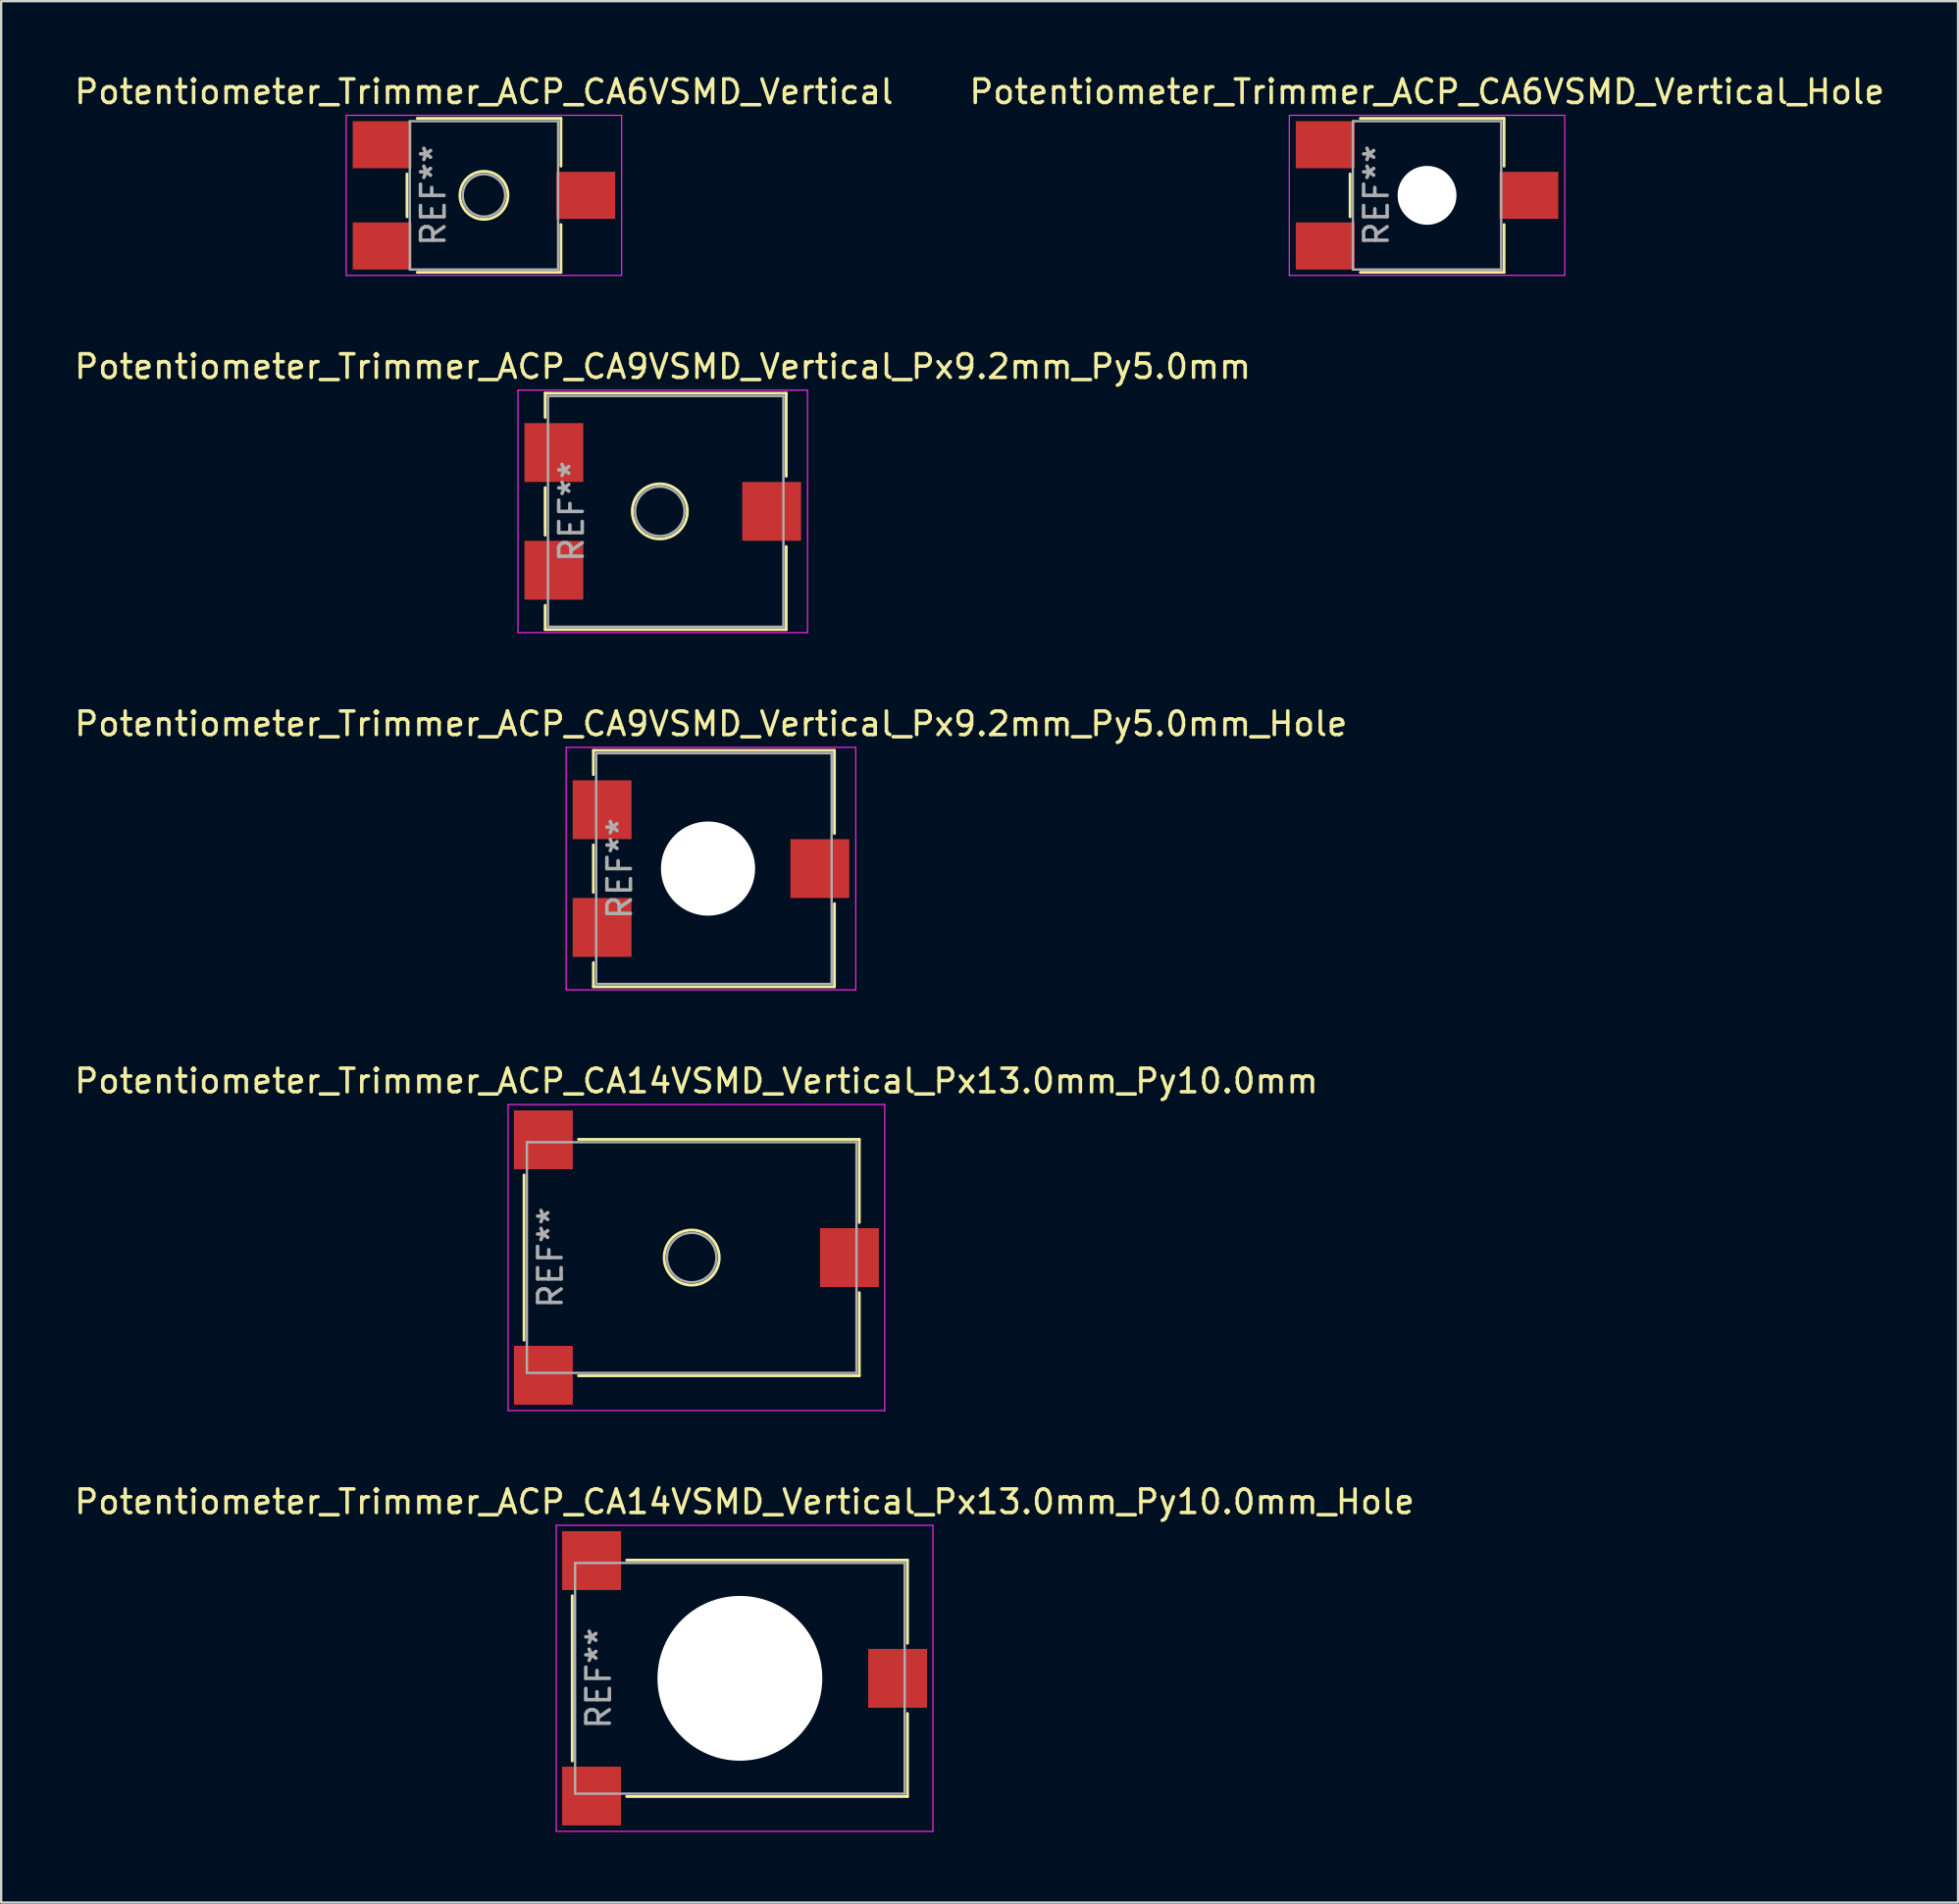
<source format=kicad_pcb>
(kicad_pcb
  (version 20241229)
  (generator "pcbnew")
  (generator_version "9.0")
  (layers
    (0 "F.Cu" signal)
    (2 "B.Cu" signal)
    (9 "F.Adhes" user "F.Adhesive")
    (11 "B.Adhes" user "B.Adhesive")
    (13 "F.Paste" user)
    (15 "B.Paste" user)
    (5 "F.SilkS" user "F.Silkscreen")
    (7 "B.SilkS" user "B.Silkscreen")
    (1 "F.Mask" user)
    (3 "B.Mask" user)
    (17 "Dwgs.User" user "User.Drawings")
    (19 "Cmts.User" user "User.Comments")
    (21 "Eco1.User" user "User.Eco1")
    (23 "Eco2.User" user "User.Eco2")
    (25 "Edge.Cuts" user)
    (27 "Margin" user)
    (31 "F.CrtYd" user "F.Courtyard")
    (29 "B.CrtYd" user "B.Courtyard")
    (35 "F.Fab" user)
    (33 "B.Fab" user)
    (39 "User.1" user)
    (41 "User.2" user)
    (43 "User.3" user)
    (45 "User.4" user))
  (footprint "Potentiometer_Trimmer_ACP_CA14VSMD_Vertical_Px13.0mm_Py10.0mm_Hole"
    (layer "F.Cu")
    (at 28.577 68.241)
    (property "Reference" "Potentiometer_Trimmer_ACP_CA14VSMD_Vertical_Px13.0mm_Py10.0mm_Hole" (at 0 -7.5 0) (layer "F.SilkS") (effects (font (size 1 1) (thickness 0.15))))
    (attr smd)
    (fp_line (start -7.32 -3.509) (end -7.32 3.51) (stroke (width 0.12) (type solid)) (layer "F.SilkS"))
    (fp_line (start -5.009 -5.021) (end 6.92 -5.021) (stroke (width 0.12) (type solid)) (layer "F.SilkS"))
    (fp_line (start -5.009 5.021) (end 6.92 5.021) (stroke (width 0.12) (type solid)) (layer "F.SilkS"))
    (fp_line (start 6.92 -5.021) (end 6.92 -1.49) (stroke (width 0.12) (type solid)) (layer "F.SilkS"))
    (fp_line (start 6.92 1.49) (end 6.92 5.021) (stroke (width 0.12) (type solid)) (layer "F.SilkS"))
    (fp_line (start -8 -6.5) (end -8 6.5) (stroke (width 0.05) (type solid)) (layer "F.CrtYd"))
    (fp_line (start -8 6.5) (end 8 6.5) (stroke (width 0.05) (type solid)) (layer "F.CrtYd"))
    (fp_line (start 8 -6.5) (end -8 -6.5) (stroke (width 0.05) (type solid)) (layer "F.CrtYd"))
    (fp_line (start 8 6.5) (end 8 -6.5) (stroke (width 0.05) (type solid)) (layer "F.CrtYd"))
    (fp_line (start -7.2 -4.9) (end -7.2 4.9) (stroke (width 0.1) (type solid)) (layer "F.Fab"))
    (fp_line (start -7.2 4.9) (end 6.8 4.9) (stroke (width 0.1) (type solid)) (layer "F.Fab"))
    (fp_line (start 6.8 -4.9) (end -7.2 -4.9) (stroke (width 0.1) (type solid)) (layer "F.Fab"))
    (fp_line (start 6.8 4.9) (end 6.8 -4.9) (stroke (width 0.1) (type solid)) (layer "F.Fab"))
    (fp_text user "REF**" (at -6.2 0 90) (layer "F.Fab") (effects (font (size 1 1) (thickness 0.15))))
    (pad "" np_thru_hole circle (at -0.2 0) (size 7 7) (drill 7) (layers "*.Cu" "*.Mask"))
    (pad "1" smd rect (at -6.5 5) (size 2.5 2.5) (layers "F.Cu" "F.Mask"))
    (pad "2" smd rect (at 6.5 0) (size 2.5 2.5) (layers "F.Cu" "F.Mask"))
    (pad "3" smd rect (at -6.5 -5) (size 2.5 2.5) (layers "F.Cu" "F.Mask")))
  (footprint "Potentiometer_Trimmer_ACP_CA9VSMD_Vertical_Px9.2mm_Py5.0mm_Hole"
    (layer "F.Cu")
    (at 27.149 33.845)
    (property "Reference" "Potentiometer_Trimmer_ACP_CA9VSMD_Vertical_Px9.2mm_Py5.0mm_Hole" (at 0 -6.15 0) (layer "F.SilkS") (effects (font (size 1 1) (thickness 0.15))))
    (attr smd)
    (fp_line (start -4.995 -5.021) (end -4.995 -3.991) (stroke (width 0.12) (type solid)) (layer "F.SilkS"))
    (fp_line (start -4.995 -5.021) (end 5.245 -5.021) (stroke (width 0.12) (type solid)) (layer "F.SilkS"))
    (fp_line (start -4.995 -1.009) (end -4.995 1.01) (stroke (width 0.12) (type solid)) (layer "F.SilkS"))
    (fp_line (start -4.995 3.99) (end -4.995 5.02) (stroke (width 0.12) (type solid)) (layer "F.SilkS"))
    (fp_line (start -4.995 5.02) (end 5.245 5.02) (stroke (width 0.12) (type solid)) (layer "F.SilkS"))
    (fp_line (start 5.245 -5.021) (end 5.245 -1.49) (stroke (width 0.12) (type solid)) (layer "F.SilkS"))
    (fp_line (start 5.245 1.49) (end 5.245 5.02) (stroke (width 0.12) (type solid)) (layer "F.SilkS"))
    (fp_line (start -6.15 -5.15) (end -6.15 5.15) (stroke (width 0.05) (type solid)) (layer "F.CrtYd"))
    (fp_line (start -6.15 5.15) (end 6.15 5.15) (stroke (width 0.05) (type solid)) (layer "F.CrtYd"))
    (fp_line (start 6.15 -5.15) (end -6.15 -5.15) (stroke (width 0.05) (type solid)) (layer "F.CrtYd"))
    (fp_line (start 6.15 5.15) (end 6.15 -5.15) (stroke (width 0.05) (type solid)) (layer "F.CrtYd"))
    (fp_line (start -4.875 -4.9) (end -4.875 4.9) (stroke (width 0.1) (type solid)) (layer "F.Fab"))
    (fp_line (start -4.875 4.9) (end 5.125 4.9) (stroke (width 0.1) (type solid)) (layer "F.Fab"))
    (fp_line (start 5.125 -4.9) (end -4.875 -4.9) (stroke (width 0.1) (type solid)) (layer "F.Fab"))
    (fp_line (start 5.125 4.9) (end 5.125 -4.9) (stroke (width 0.1) (type solid)) (layer "F.Fab"))
    (fp_text user "REF**" (at -3.875 0 90) (layer "F.Fab") (effects (font (size 1 1) (thickness 0.15))))
    (pad "" np_thru_hole circle (at -0.125 0) (size 4 4) (drill 4) (layers "*.Cu" "*.Mask"))
    (pad "1" smd rect (at -4.625 2.5) (size 2.5 2.5) (layers "F.Cu" "F.Mask"))
    (pad "2" smd rect (at 4.625 0) (size 2.5 2.5) (layers "F.Cu" "F.Mask"))
    (pad "3" smd rect (at -4.625 -2.5) (size 2.5 2.5) (layers "F.Cu" "F.Mask")))
  (footprint "Potentiometer_Trimmer_ACP_CA14VSMD_Vertical_Px13.0mm_Py10.0mm"
    (layer "F.Cu")
    (at 26.53 50.368)
    (property "Reference" "Potentiometer_Trimmer_ACP_CA14VSMD_Vertical_Px13.0mm_Py10.0mm" (at 0 -7.5 0) (layer "F.SilkS") (effects (font (size 1 1) (thickness 0.15))))
    (attr smd)
    (fp_line (start -7.32 -3.509) (end -7.32 3.51) (stroke (width 0.12) (type solid)) (layer "F.SilkS"))
    (fp_line (start -5.009 -5.021) (end 6.92 -5.021) (stroke (width 0.12) (type solid)) (layer "F.SilkS"))
    (fp_line (start -5.009 5.021) (end 6.92 5.021) (stroke (width 0.12) (type solid)) (layer "F.SilkS"))
    (fp_line (start 6.92 -5.021) (end 6.92 -1.49) (stroke (width 0.12) (type solid)) (layer "F.SilkS"))
    (fp_line (start 6.92 1.49) (end 6.92 5.021) (stroke (width 0.12) (type solid)) (layer "F.SilkS"))
    (fp_circle (center -0.2 0) (end 0.97 0) (stroke (width 0.12) (type solid)) (fill no) (layer "F.SilkS"))
    (fp_line (start -8 -6.5) (end -8 6.5) (stroke (width 0.05) (type solid)) (layer "F.CrtYd"))
    (fp_line (start -8 6.5) (end 8 6.5) (stroke (width 0.05) (type solid)) (layer "F.CrtYd"))
    (fp_line (start 8 -6.5) (end -8 -6.5) (stroke (width 0.05) (type solid)) (layer "F.CrtYd"))
    (fp_line (start 8 6.5) (end 8 -6.5) (stroke (width 0.05) (type solid)) (layer "F.CrtYd"))
    (fp_line (start -7.2 -4.9) (end -7.2 4.9) (stroke (width 0.1) (type solid)) (layer "F.Fab"))
    (fp_line (start -7.2 4.9) (end 6.8 4.9) (stroke (width 0.1) (type solid)) (layer "F.Fab"))
    (fp_line (start 6.8 -4.9) (end -7.2 -4.9) (stroke (width 0.1) (type solid)) (layer "F.Fab"))
    (fp_line (start 6.8 4.9) (end 6.8 -4.9) (stroke (width 0.1) (type solid)) (layer "F.Fab"))
    (fp_circle (center -0.2 0) (end 0.85 0) (stroke (width 0.1) (type solid)) (fill no) (layer "F.Fab"))
    (fp_text user "REF**" (at -6.2 0 90) (layer "F.Fab") (effects (font (size 1 1) (thickness 0.15))))
    (pad "1" smd rect (at -6.5 5) (size 2.5 2.5) (layers "F.Cu" "F.Mask"))
    (pad "2" smd rect (at 6.5 0) (size 2.5 2.5) (layers "F.Cu" "F.Mask"))
    (pad "3" smd rect (at -6.5 -5) (size 2.5 2.5) (layers "F.Cu" "F.Mask")))
  (footprint "Potentiometer_Trimmer_ACP_CA6VSMD_Vertical"
    (layer "F.Cu")
    (at 17.506 5.248)
    (property "Reference" "Potentiometer_Trimmer_ACP_CA6VSMD_Vertical" (at 0 -4.4 0) (layer "F.SilkS") (effects (font (size 1 1) (thickness 0.15))))
    (attr smd)
    (fp_line (start -3.269 -0.909) (end -3.269 0.91) (stroke (width 0.12) (type solid)) (layer "F.SilkS"))
    (fp_line (start -2.834 -3.27) (end 3.271 -3.27) (stroke (width 0.12) (type solid)) (layer "F.SilkS"))
    (fp_line (start -2.834 3.27) (end 3.271 3.27) (stroke (width 0.12) (type solid)) (layer "F.SilkS"))
    (fp_line (start 3.271 -3.27) (end 3.271 -1.24) (stroke (width 0.12) (type solid)) (layer "F.SilkS"))
    (fp_line (start 3.271 1.24) (end 3.271 3.27) (stroke (width 0.12) (type solid)) (layer "F.SilkS"))
    (fp_circle (center 0 0) (end 1.02 0) (stroke (width 0.12) (type solid)) (fill no) (layer "F.SilkS"))
    (fp_line (start -5.85 -3.4) (end -5.85 3.4) (stroke (width 0.05) (type solid)) (layer "F.CrtYd"))
    (fp_line (start -5.85 3.4) (end 5.85 3.4) (stroke (width 0.05) (type solid)) (layer "F.CrtYd"))
    (fp_line (start 5.85 -3.4) (end -5.85 -3.4) (stroke (width 0.05) (type solid)) (layer "F.CrtYd"))
    (fp_line (start 5.85 3.4) (end 5.85 -3.4) (stroke (width 0.05) (type solid)) (layer "F.CrtYd"))
    (fp_line (start -3.15 -3.15) (end -3.15 3.15) (stroke (width 0.1) (type solid)) (layer "F.Fab"))
    (fp_line (start -3.15 3.15) (end 3.15 3.15) (stroke (width 0.1) (type solid)) (layer "F.Fab"))
    (fp_line (start 3.15 -3.15) (end -3.15 -3.15) (stroke (width 0.1) (type solid)) (layer "F.Fab"))
    (fp_line (start 3.15 3.15) (end 3.15 -3.15) (stroke (width 0.1) (type solid)) (layer "F.Fab"))
    (fp_circle (center 0 0) (end 0.9 0) (stroke (width 0.1) (type solid)) (fill no) (layer "F.Fab"))
    (fp_text user "REF**" (at -2.15 0 90) (layer "F.Fab") (effects (font (size 1 1) (thickness 0.15))))
    (pad "1" smd rect (at -4.325 2.15) (size 2.5 2) (layers "F.Cu" "F.Mask"))
    (pad "2" smd rect (at 4.325 0) (size 2.5 2) (layers "F.Cu" "F.Mask"))
    (pad "3" smd rect (at -4.325 -2.15) (size 2.5 2) (layers "F.Cu" "F.Mask")))
  (footprint "Potentiometer_Trimmer_ACP_CA6VSMD_Vertical_Hole"
    (layer "F.Cu")
    (at 57.565 5.248)
    (property "Reference" "Potentiometer_Trimmer_ACP_CA6VSMD_Vertical_Hole" (at 0 -4.4 0) (layer "F.SilkS") (effects (font (size 1 1) (thickness 0.15))))
    (attr smd)
    (fp_line (start -3.269 -0.909) (end -3.269 0.91) (stroke (width 0.12) (type solid)) (layer "F.SilkS"))
    (fp_line (start -2.834 -3.27) (end 3.271 -3.27) (stroke (width 0.12) (type solid)) (layer "F.SilkS"))
    (fp_line (start -2.834 3.27) (end 3.271 3.27) (stroke (width 0.12) (type solid)) (layer "F.SilkS"))
    (fp_line (start 3.271 -3.27) (end 3.271 -1.24) (stroke (width 0.12) (type solid)) (layer "F.SilkS"))
    (fp_line (start 3.271 1.24) (end 3.271 3.27) (stroke (width 0.12) (type solid)) (layer "F.SilkS"))
    (fp_line (start -5.85 -3.4) (end -5.85 3.4) (stroke (width 0.05) (type solid)) (layer "F.CrtYd"))
    (fp_line (start -5.85 3.4) (end 5.85 3.4) (stroke (width 0.05) (type solid)) (layer "F.CrtYd"))
    (fp_line (start 5.85 -3.4) (end -5.85 -3.4) (stroke (width 0.05) (type solid)) (layer "F.CrtYd"))
    (fp_line (start 5.85 3.4) (end 5.85 -3.4) (stroke (width 0.05) (type solid)) (layer "F.CrtYd"))
    (fp_line (start -3.15 -3.15) (end -3.15 3.15) (stroke (width 0.1) (type solid)) (layer "F.Fab"))
    (fp_line (start -3.15 3.15) (end 3.15 3.15) (stroke (width 0.1) (type solid)) (layer "F.Fab"))
    (fp_line (start 3.15 -3.15) (end -3.15 -3.15) (stroke (width 0.1) (type solid)) (layer "F.Fab"))
    (fp_line (start 3.15 3.15) (end 3.15 -3.15) (stroke (width 0.1) (type solid)) (layer "F.Fab"))
    (fp_text user "REF**" (at -2.15 0 90) (layer "F.Fab") (effects (font (size 1 1) (thickness 0.15))))
    (pad "" np_thru_hole circle (at 0 0) (size 2.5 2.5) (drill 2.5) (layers "*.Cu" "*.Mask"))
    (pad "1" smd rect (at -4.325 2.15) (size 2.5 2) (layers "F.Cu" "F.Mask"))
    (pad "2" smd rect (at 4.325 0) (size 2.5 2) (layers "F.Cu" "F.Mask"))
    (pad "3" smd rect (at -4.325 -2.15) (size 2.5 2) (layers "F.Cu" "F.Mask")))
  (footprint "Potentiometer_Trimmer_ACP_CA9VSMD_Vertical_Px9.2mm_Py5.0mm"
    (layer "F.Cu")
    (at 25.101 18.672)
    (property "Reference" "Potentiometer_Trimmer_ACP_CA9VSMD_Vertical_Px9.2mm_Py5.0mm" (at 0 -6.15 0) (layer "F.SilkS") (effects (font (size 1 1) (thickness 0.15))))
    (attr smd)
    (fp_line (start -4.995 -5.021) (end -4.995 -3.991) (stroke (width 0.12) (type solid)) (layer "F.SilkS"))
    (fp_line (start -4.995 -5.021) (end 5.245 -5.021) (stroke (width 0.12) (type solid)) (layer "F.SilkS"))
    (fp_line (start -4.995 -1.009) (end -4.995 1.01) (stroke (width 0.12) (type solid)) (layer "F.SilkS"))
    (fp_line (start -4.995 3.99) (end -4.995 5.02) (stroke (width 0.12) (type solid)) (layer "F.SilkS"))
    (fp_line (start -4.995 5.02) (end 5.245 5.02) (stroke (width 0.12) (type solid)) (layer "F.SilkS"))
    (fp_line (start 5.245 -5.021) (end 5.245 -1.49) (stroke (width 0.12) (type solid)) (layer "F.SilkS"))
    (fp_line (start 5.245 1.49) (end 5.245 5.02) (stroke (width 0.12) (type solid)) (layer "F.SilkS"))
    (fp_circle (center -0.125 0) (end 1.045 0) (stroke (width 0.12) (type solid)) (fill no) (layer "F.SilkS"))
    (fp_line (start -6.15 -5.15) (end -6.15 5.15) (stroke (width 0.05) (type solid)) (layer "F.CrtYd"))
    (fp_line (start -6.15 5.15) (end 6.15 5.15) (stroke (width 0.05) (type solid)) (layer "F.CrtYd"))
    (fp_line (start 6.15 -5.15) (end -6.15 -5.15) (stroke (width 0.05) (type solid)) (layer "F.CrtYd"))
    (fp_line (start 6.15 5.15) (end 6.15 -5.15) (stroke (width 0.05) (type solid)) (layer "F.CrtYd"))
    (fp_line (start -4.875 -4.9) (end -4.875 4.9) (stroke (width 0.1) (type solid)) (layer "F.Fab"))
    (fp_line (start -4.875 4.9) (end 5.125 4.9) (stroke (width 0.1) (type solid)) (layer "F.Fab"))
    (fp_line (start 5.125 -4.9) (end -4.875 -4.9) (stroke (width 0.1) (type solid)) (layer "F.Fab"))
    (fp_line (start 5.125 4.9) (end 5.125 -4.9) (stroke (width 0.1) (type solid)) (layer "F.Fab"))
    (fp_circle (center -0.125 0) (end 0.925 0) (stroke (width 0.1) (type solid)) (fill no) (layer "F.Fab"))
    (fp_text user "REF**" (at -3.875 0 90) (layer "F.Fab") (effects (font (size 1 1) (thickness 0.15))))
    (pad "1" smd rect (at -4.625 2.5) (size 2.5 2.5) (layers "F.Cu" "F.Mask"))
    (pad "2" smd rect (at 4.625 0) (size 2.5 2.5) (layers "F.Cu" "F.Mask"))
    (pad "3" smd rect (at -4.625 -2.5) (size 2.5 2.5) (layers "F.Cu" "F.Mask")))
  (gr_rect
    (start -3 -3)
    (end 80.119 77.766)
    (stroke (width 0.1) (type default))
    (fill no)
    (layer "Edge.Cuts")))
</source>
